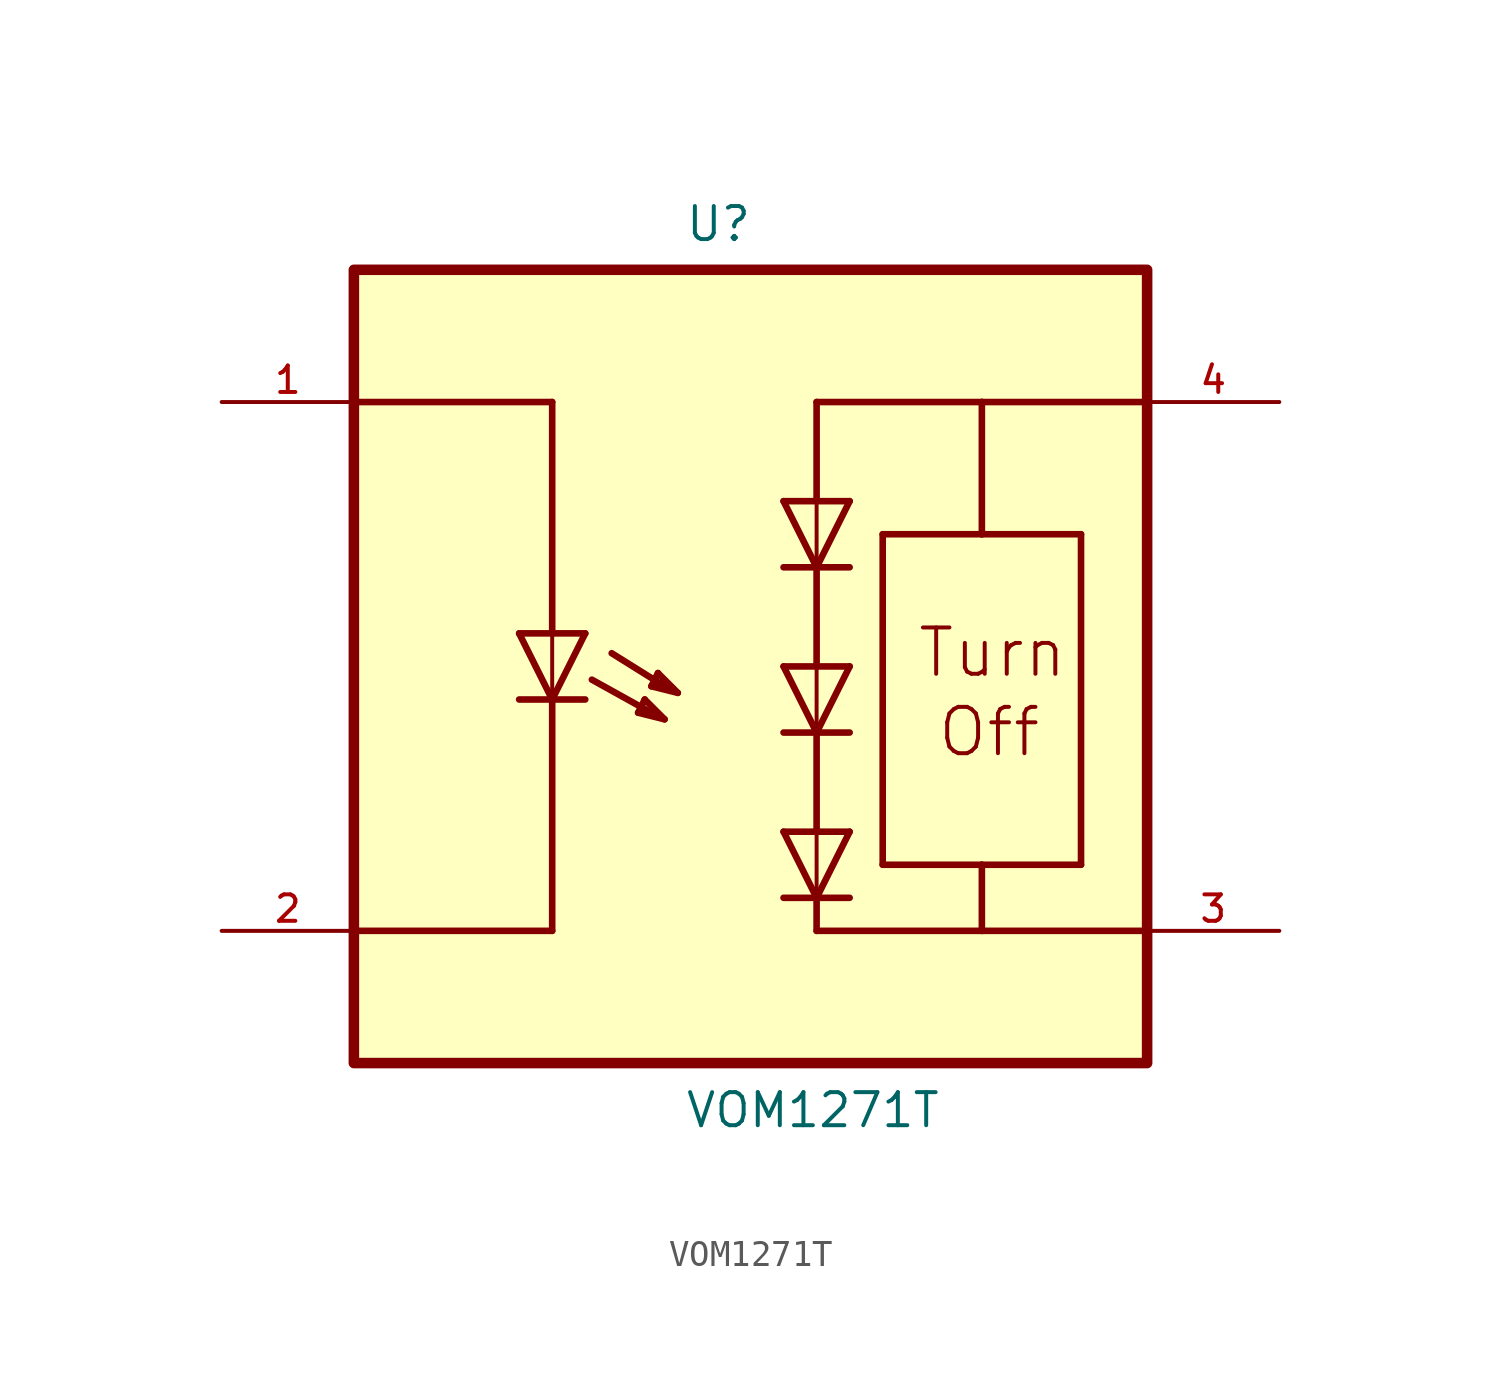
<source format=kicad_sym>
(kicad_symbol_lib
  (version 20241209)
  (generator "kicad_symbol_editor")
  (generator_version "9.0")
  (symbol "VOM1271T"
    (pin_names
      (offset 1.016))
    (property "Reference" "U"
      (at -2.54 16.257 0)
      (effects (font (size 1.27 1.27)) (justify left bottom)))
    (property "Value" "VOM1271T"
      (at -2.542 -17.791 0)
      (effects (font (size 1.27 1.27)) (justify left bottom)))
    (symbol "VOM1271T_0_0"
      (rectangle (start -15.24 15.24) (end 15.24 -15.24) (stroke (width 0.406) (type default)) (fill (type background)))
      (polyline (pts (xy -15.24 10.16) (xy -7.62 10.16)) (stroke (width 0.254) (type default)) (fill (type none)))
      (polyline (pts (xy -7.62 10.16) (xy -7.62 1.27)) (stroke (width 0.254) (type default)) (fill (type none)))
      (polyline (pts (xy -7.62 1.27) (xy -8.89 1.27)) (stroke (width 0.254) (type default)) (fill (type none)))
      (polyline (pts (xy -7.62 1.27) (xy -7.62 -1.27)) (stroke (width 0.152) (type default)) (fill (type none)))
      (polyline (pts (xy -7.62 -1.27) (xy -8.89 1.27)) (stroke (width 0.254) (type default)) (fill (type none)))
      (polyline (pts (xy -7.62 -1.27) (xy -8.89 -1.27)) (stroke (width 0.254) (type default)) (fill (type none)))
      (polyline (pts (xy -7.62 -1.27) (xy -7.62 -10.16)) (stroke (width 0.254) (type default)) (fill (type none)))
      (polyline (pts (xy -7.62 -10.16) (xy -15.24 -10.16)) (stroke (width 0.254) (type default)) (fill (type none)))
      (polyline (pts (xy -6.35 1.27) (xy -7.62 1.27)) (stroke (width 0.254) (type default)) (fill (type none)))
      (polyline (pts (xy -6.35 1.27) (xy -7.62 -1.27)) (stroke (width 0.254) (type default)) (fill (type none)))
      (polyline (pts (xy -6.35 -1.27) (xy -7.62 -1.27)) (stroke (width 0.254) (type default)) (fill (type none)))
      (polyline (pts (xy -4.318 -1.778) (xy -3.302 -2.032)) (stroke (width 0.254) (type default)) (fill (type none)))
      (polyline (pts (xy -4.064 -1.27) (xy -4.318 -1.778)) (stroke (width 0.254) (type default)) (fill (type none)))
      (polyline (pts (xy -3.81 -0.762) (xy -2.794 -1.016)) (stroke (width 0.254) (type default)) (fill (type none)))
      (polyline (pts (xy -3.81 -1.778) (xy -6.096 -0.508)) (stroke (width 0.254) (type default)) (fill (type none)))
      (polyline (pts (xy -3.556 -0.254) (xy -3.81 -0.762)) (stroke (width 0.254) (type default)) (fill (type none)))
      (polyline (pts (xy -3.302 -0.762) (xy -5.334 0.508)) (stroke (width 0.254) (type default)) (fill (type none)))
      (polyline (pts (xy -3.302 -2.032) (xy -4.064 -1.27)) (stroke (width 0.254) (type default)) (fill (type none)))
      (polyline (pts (xy -2.794 -1.016) (xy -3.556 -0.254)) (stroke (width 0.254) (type default)) (fill (type none)))
      (polyline (pts (xy 2.54 10.16) (xy 2.54 6.35)) (stroke (width 0.254) (type default)) (fill (type none)))
      (polyline (pts (xy 2.54 6.35) (xy 1.27 6.35)) (stroke (width 0.254) (type default)) (fill (type none)))
      (polyline (pts (xy 2.54 6.35) (xy 2.54 3.81)) (stroke (width 0.152) (type default)) (fill (type none)))
      (polyline (pts (xy 2.54 3.81) (xy 1.27 6.35)) (stroke (width 0.254) (type default)) (fill (type none)))
      (polyline (pts (xy 2.54 3.81) (xy 1.27 3.81)) (stroke (width 0.254) (type default)) (fill (type none)))
      (polyline (pts (xy 2.54 3.81) (xy 2.54 0)) (stroke (width 0.254) (type default)) (fill (type none)))
      (polyline (pts (xy 2.54 0) (xy 1.27 0)) (stroke (width 0.254) (type default)) (fill (type none)))
      (polyline (pts (xy 2.54 0) (xy 2.54 -2.54)) (stroke (width 0.152) (type default)) (fill (type none)))
      (polyline (pts (xy 2.54 -2.54) (xy 1.27 0)) (stroke (width 0.254) (type default)) (fill (type none)))
      (polyline (pts (xy 2.54 -2.54) (xy 1.27 -2.54)) (stroke (width 0.254) (type default)) (fill (type none)))
      (polyline (pts (xy 2.54 -2.54) (xy 2.54 -6.35)) (stroke (width 0.254) (type default)) (fill (type none)))
      (polyline (pts (xy 2.54 -6.35) (xy 1.27 -6.35)) (stroke (width 0.254) (type default)) (fill (type none)))
      (polyline (pts (xy 2.54 -6.35) (xy 2.54 -8.89)) (stroke (width 0.152) (type default)) (fill (type none)))
      (polyline (pts (xy 2.54 -8.89) (xy 1.27 -6.35)) (stroke (width 0.254) (type default)) (fill (type none)))
      (polyline (pts (xy 2.54 -8.89) (xy 1.27 -8.89)) (stroke (width 0.254) (type default)) (fill (type none)))
      (polyline (pts (xy 2.54 -8.89) (xy 2.54 -10.16)) (stroke (width 0.254) (type default)) (fill (type none)))
      (polyline (pts (xy 2.54 -10.16) (xy 8.89 -10.16)) (stroke (width 0.254) (type default)) (fill (type none)))
      (polyline (pts (xy 3.81 6.35) (xy 2.54 6.35)) (stroke (width 0.254) (type default)) (fill (type none)))
      (polyline (pts (xy 3.81 6.35) (xy 2.54 3.81)) (stroke (width 0.254) (type default)) (fill (type none)))
      (polyline (pts (xy 3.81 3.81) (xy 2.54 3.81)) (stroke (width 0.254) (type default)) (fill (type none)))
      (polyline (pts (xy 3.81 0) (xy 2.54 0)) (stroke (width 0.254) (type default)) (fill (type none)))
      (polyline (pts (xy 3.81 0) (xy 2.54 -2.54)) (stroke (width 0.254) (type default)) (fill (type none)))
      (polyline (pts (xy 3.81 -2.54) (xy 2.54 -2.54)) (stroke (width 0.254) (type default)) (fill (type none)))
      (polyline (pts (xy 3.81 -6.35) (xy 2.54 -6.35)) (stroke (width 0.254) (type default)) (fill (type none)))
      (polyline (pts (xy 3.81 -6.35) (xy 2.54 -8.89)) (stroke (width 0.254) (type default)) (fill (type none)))
      (polyline (pts (xy 3.81 -8.89) (xy 2.54 -8.89)) (stroke (width 0.254) (type default)) (fill (type none)))
      (polyline (pts (xy 5.08 5.08) (xy 8.89 5.08)) (stroke (width 0.254) (type default)) (fill (type none)))
      (polyline (pts (xy 5.08 -7.62) (xy 5.08 5.08)) (stroke (width 0.254) (type default)) (fill (type none)))
      (polyline (pts (xy 8.89 10.16) (xy 2.54 10.16)) (stroke (width 0.254) (type default)) (fill (type none)))
      (polyline (pts (xy 8.89 10.16) (xy 15.24 10.16)) (stroke (width 0.254) (type default)) (fill (type none)))
      (polyline (pts (xy 8.89 5.08) (xy 8.89 10.16)) (stroke (width 0.254) (type default)) (fill (type none)))
      (polyline (pts (xy 8.89 5.08) (xy 12.7 5.08)) (stroke (width 0.254) (type default)) (fill (type none)))
      (polyline (pts (xy 8.89 -7.62) (xy 5.08 -7.62)) (stroke (width 0.254) (type default)) (fill (type none)))
      (polyline (pts (xy 8.89 -7.62) (xy 8.89 -10.16)) (stroke (width 0.254) (type default)) (fill (type none)))
      (polyline (pts (xy 8.89 -10.16) (xy 15.24 -10.16)) (stroke (width 0.254) (type default)) (fill (type none)))
      (polyline (pts (xy 12.7 5.08) (xy 12.7 -7.62)) (stroke (width 0.254) (type default)) (fill (type none)))
      (polyline (pts (xy 12.7 -7.62) (xy 8.89 -7.62)) (stroke (width 0.254) (type default)) (fill (type none)))
      (text "Turn" (at 6.356 -0.508 0) (effects (font (size 1.78 1.78)) (justify left bottom)))
      (text "Off" (at 7.119 -3.559 0) (effects (font (size 1.78 1.78)) (justify left bottom)))
      (pin passive line (at -20.32 10.16 0) (length 5.08) (name "~" (effects (font (size 1.016 1.016)))) (number "1" (effects (font (size 1.016 1.016)))))
      (pin passive line (at -20.32 -10.16 0) (length 5.08) (name "~" (effects (font (size 1.016 1.016)))) (number "2" (effects (font (size 1.016 1.016)))))
      (pin passive line (at 20.32 10.16 180) (length 5.08) (name "~" (effects (font (size 1.016 1.016)))) (number "4" (effects (font (size 1.016 1.016)))))
      (pin passive line (at 20.32 -10.16 180) (length 5.08) (name "~" (effects (font (size 1.016 1.016)))) (number "3" (effects (font (size 1.016 1.016))))))))
</source>
